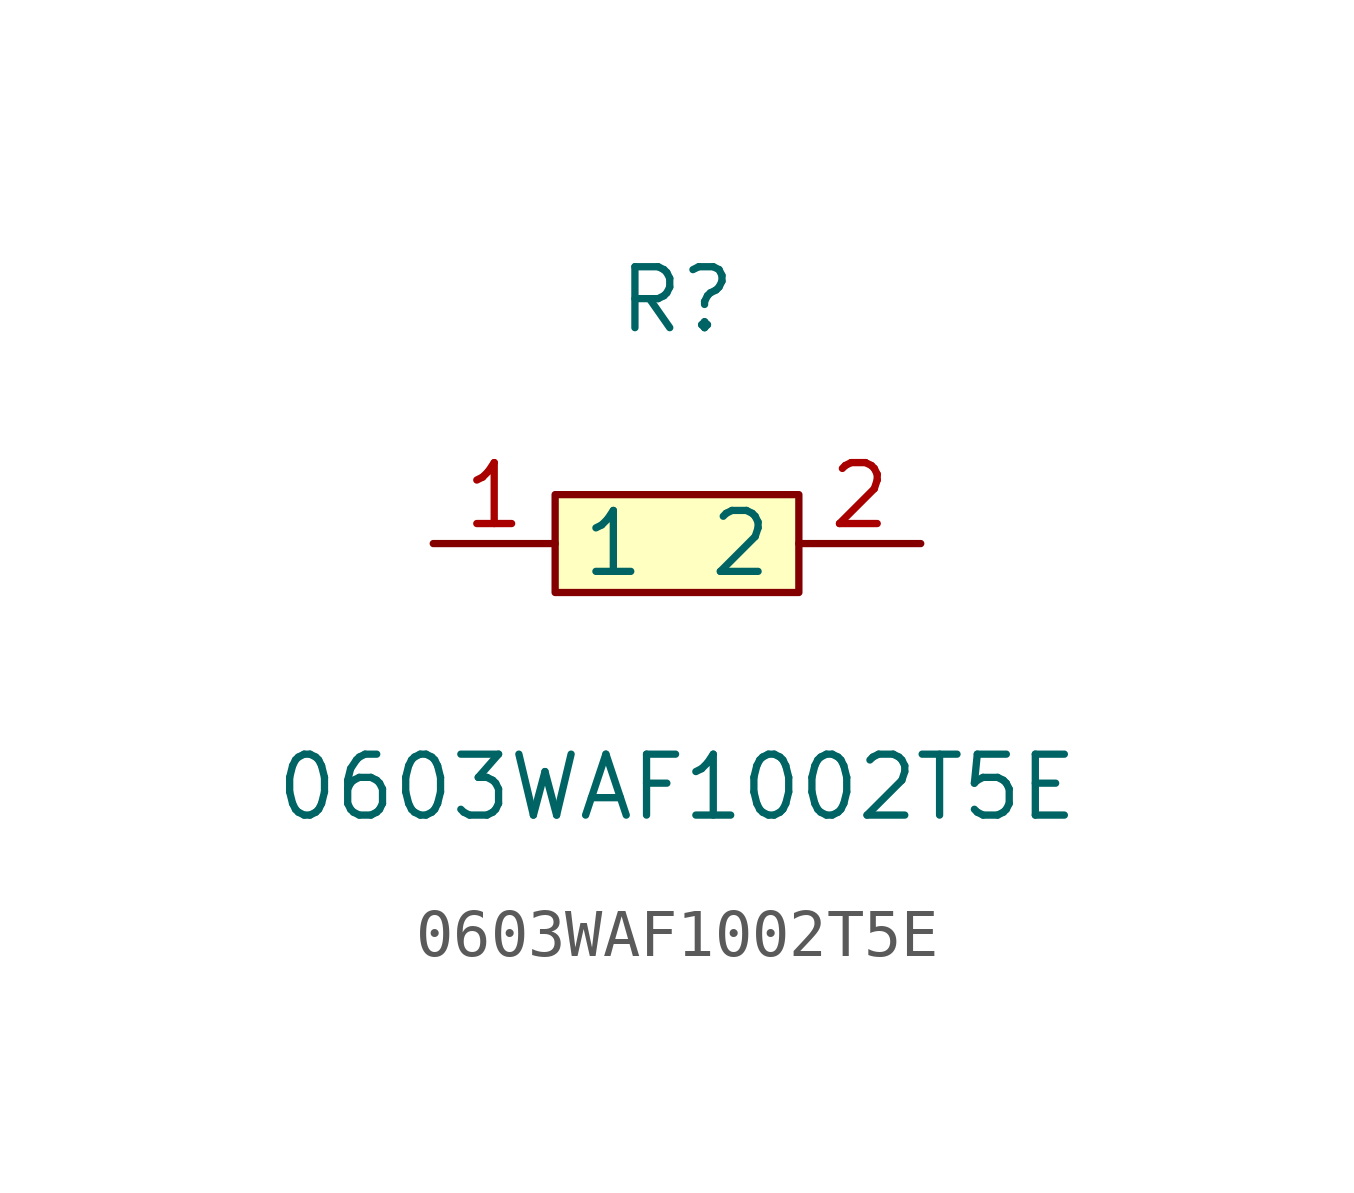
<source format=kicad_sym>
(kicad_symbol_lib
  (version 1)
  (generator "faebryk")
  (symbol "0603WAF1002T5E"
    (property "Reference" "R"
      (at 0 5.08 0)
      (effects (font (size 1.27 1.27)) (hide no)))
    (property "Value" "0603WAF1002T5E"
      (at 0 -5.08 0)
      (effects (font (size 1.27 1.27)) (hide no)))
    (symbol "0603WAF1002T5E_0_1"
      (rectangle (start -2.54 1.02) (end 2.54 -1.02) (stroke (width 0) (type default) (color 0 0 0 0)) (fill (type background)))
      (pin input line (at 5.08 0 180) (length 2.54) (name "2" (effects (font (size 1.27 1.27)) (hide no))) (number "2" (effects (font (size 1.27 1.27)) (hide no))))
      (pin input line (at -5.08 0 0) (length 2.54) (name "1" (effects (font (size 1.27 1.27)) (hide no))) (number "1" (effects (font (size 1.27 1.27)) (hide no)))))))
</source>
